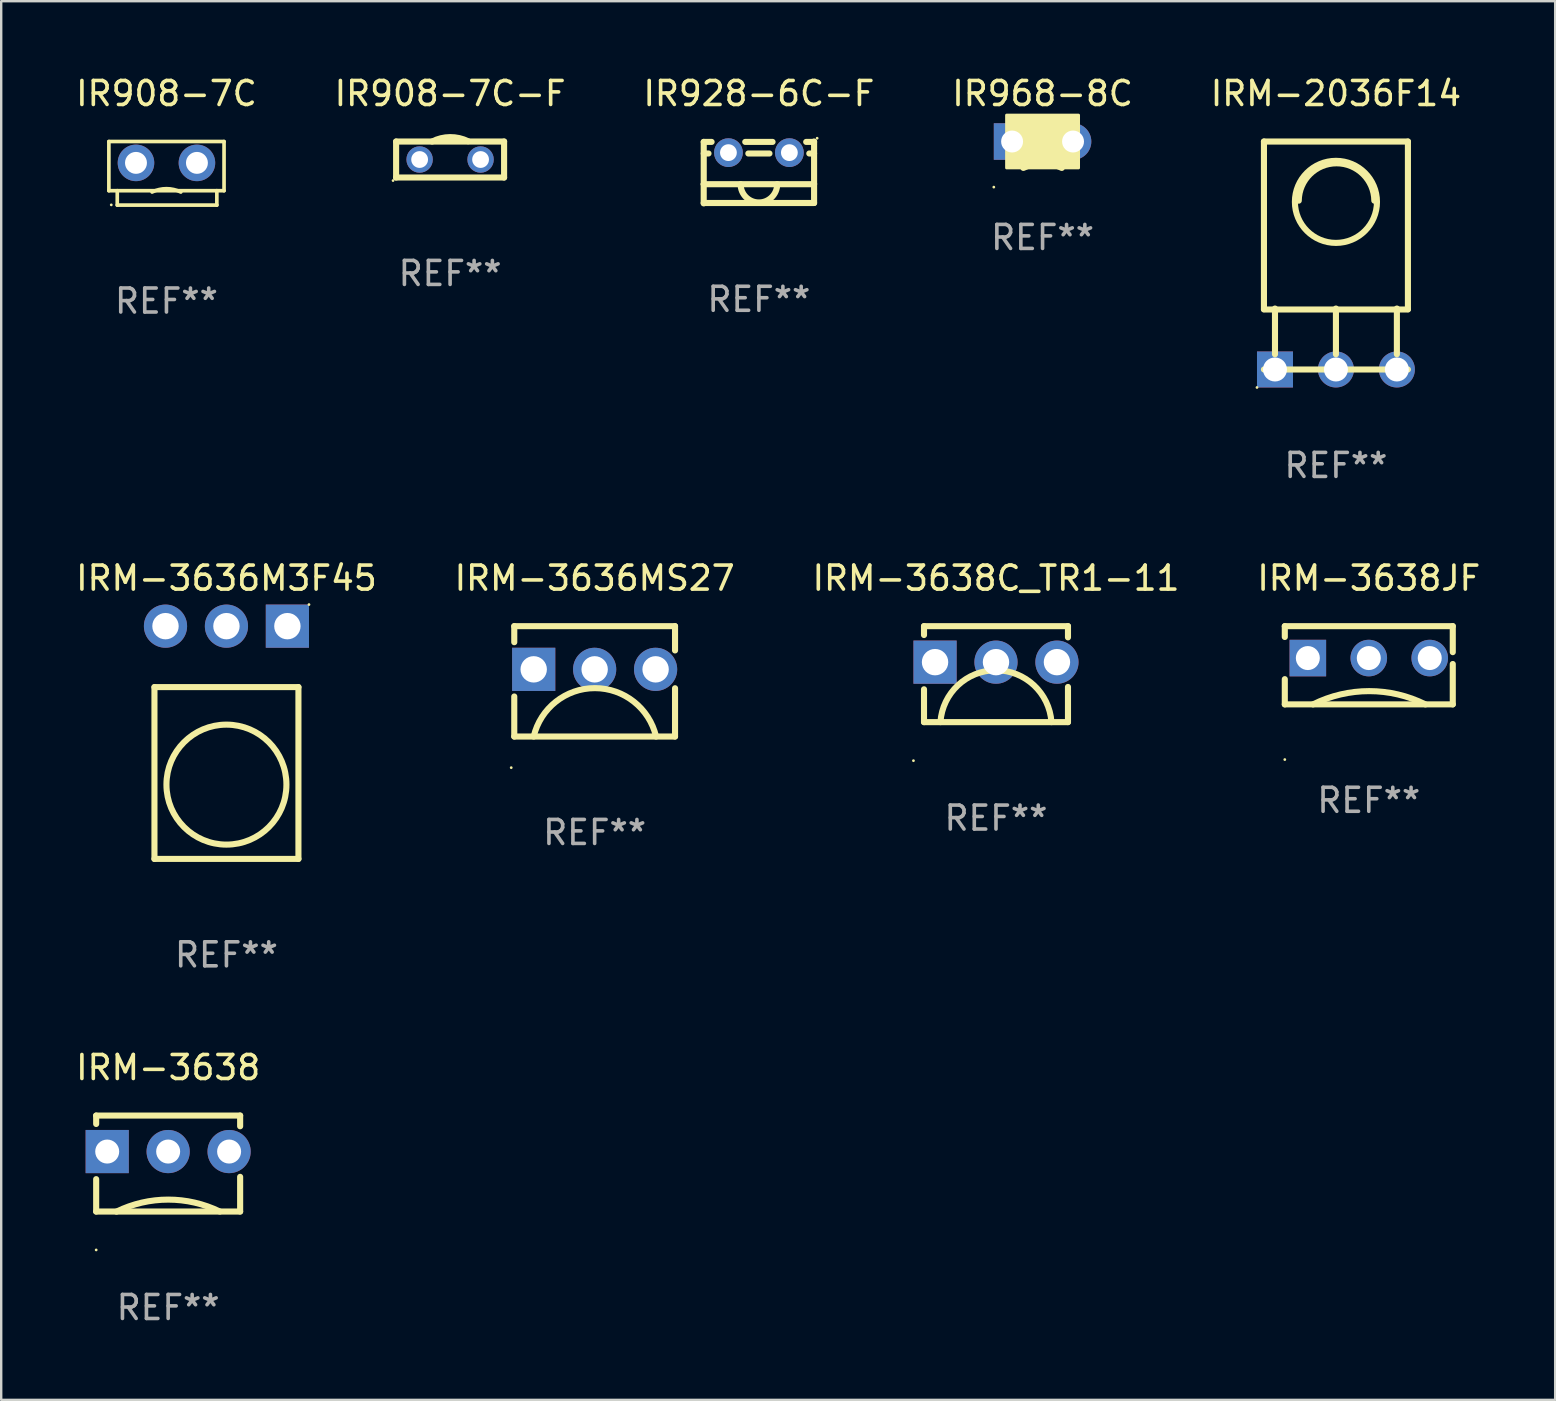
<source format=kicad_pcb>
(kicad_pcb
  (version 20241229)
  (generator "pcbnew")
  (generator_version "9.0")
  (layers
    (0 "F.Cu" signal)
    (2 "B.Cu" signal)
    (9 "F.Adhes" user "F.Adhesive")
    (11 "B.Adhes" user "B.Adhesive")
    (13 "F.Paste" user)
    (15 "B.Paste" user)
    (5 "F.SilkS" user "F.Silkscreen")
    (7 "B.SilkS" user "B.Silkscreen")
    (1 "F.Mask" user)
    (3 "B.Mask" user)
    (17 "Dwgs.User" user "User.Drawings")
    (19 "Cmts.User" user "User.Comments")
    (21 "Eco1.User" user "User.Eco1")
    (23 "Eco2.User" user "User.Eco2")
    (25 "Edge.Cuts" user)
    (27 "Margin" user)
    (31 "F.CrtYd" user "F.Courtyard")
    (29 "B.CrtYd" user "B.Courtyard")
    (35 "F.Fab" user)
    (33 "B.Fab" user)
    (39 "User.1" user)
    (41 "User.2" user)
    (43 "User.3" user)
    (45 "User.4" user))
  (footprint "IRM-3636MS27"
    (layer "F.Cu")
    (at 21.732 25.345)
    (property "Reference" "IRM-3636MS27" (at 0 -4.3 0) (layer "F.SilkS") (effects (font (size 1 1) (thickness 0.15))))
    (attr through_hole)
    (fp_line (start -3.35 -1.631) (end -3.35 -2.3) (stroke (width 0.254) (type solid)) (layer "F.SilkS"))
    (fp_line (start -3.35 2.3) (end -3.35 0.631) (stroke (width 0.254) (type solid)) (layer "F.SilkS"))
    (fp_line (start 3.35 -2.3) (end -3.35 -2.3) (stroke (width 0.254) (type solid)) (layer "F.SilkS"))
    (fp_line (start 3.35 -2.3) (end 3.35 -1.288) (stroke (width 0.254) (type solid)) (layer "F.SilkS"))
    (fp_line (start 3.35 0.288) (end 3.35 2.3) (stroke (width 0.254) (type solid)) (layer "F.SilkS"))
    (fp_line (start 3.35 2.3) (end -3.35 2.3) (stroke (width 0.254) (type solid)) (layer "F.SilkS"))
    (fp_arc (start -2.540005 2.299086) (mid 0.010061 0.282766) (end 2.559385 2.300025) (stroke (width 0.254001) (type solid)) (layer "F.SilkS"))
    (fp_circle (center -3.477 3.597) (end -3.447 3.597) (stroke (width 0.06) (type solid)) (fill no) (layer "F.SilkS"))
    (fp_text user "REF**" (at 0 6.3 0) (layer "F.Fab") (effects (font (size 1 1) (thickness 0.15))))
    (pad "1" thru_hole rect (at -2.54 -0.5 180) (size 1.8 1.8) (drill 1.1) (layers "*.Cu" "*.Mask"))
    (pad "2" thru_hole circle (at 0 -0.5) (size 1.8 1.8) (drill 1.1) (layers "*.Cu" "*.Mask"))
    (pad "3" thru_hole circle (at 2.54 -0.5) (size 1.8 1.8) (drill 1.1) (layers "*.Cu" "*.Mask")))
  (footprint "IRM-3636M3F45"
    (layer "F.Cu")
    (at 6.387 27.895)
    (property "Reference" "IRM-3636M3F45" (at 0 -6.85 0) (layer "F.SilkS") (effects (font (size 1 1) (thickness 0.15))))
    (attr through_hole)
    (fp_line (start -3 -2.31) (end 3 -2.31) (stroke (width 0.254) (type solid)) (layer "F.SilkS"))
    (fp_line (start -3 4.85) (end -3 -2.31) (stroke (width 0.254) (type solid)) (layer "F.SilkS"))
    (fp_line (start 3 -2.31) (end 3 4.85) (stroke (width 0.254) (type solid)) (layer "F.SilkS"))
    (fp_line (start 3 4.85) (end -3 4.85) (stroke (width 0.254) (type solid)) (layer "F.SilkS"))
    (fp_circle (center 0 1.754) (end 2.5 1.754) (stroke (width 0.254) (type solid)) (fill no) (layer "F.SilkS"))
    (fp_circle (center 3.44 -5.75) (end 3.47 -5.75) (stroke (width 0.06) (type solid)) (fill no) (layer "F.SilkS"))
    (fp_text user "REF**" (at 0 8.85 0) (layer "F.Fab") (effects (font (size 1 1) (thickness 0.15))))
    (pad "1" thru_hole rect (at 2.54 -4.85) (size 1.8 1.8) (drill 1.1) (layers "*.Cu" "*.Mask"))
    (pad "2" thru_hole circle (at 0 -4.85) (size 1.8 1.8) (drill 1.1) (layers "*.Cu" "*.Mask"))
    (pad "3" thru_hole circle (at -2.54 -4.85) (size 1.8 1.8) (drill 1.1) (layers "*.Cu" "*.Mask")))
  (footprint "IR928-6C-F"
    (layer "F.Cu")
    (at 28.577 4.137)
    (property "Reference" "IR928-6C-F" (at 0 -3.289 0) (layer "F.SilkS") (effects (font (size 1 1) (thickness 0.15))))
    (attr through_hole)
    (fp_line (start -2.3 0.489) (end -2.3 1.289) (stroke (width 0.254) (type solid)) (layer "F.SilkS"))
    (fp_line (start -2.299 -1.273) (end -1.971 -1.273) (stroke (width 0.254) (type solid)) (layer "F.SilkS"))
    (fp_line (start -2.299 0.489) (end -2.299 -1.273) (stroke (width 0.254) (type solid)) (layer "F.SilkS"))
    (fp_line (start -2.1 -0.79) (end -2.299 -0.79) (stroke (width 0.254) (type solid)) (layer "F.SilkS"))
    (fp_line (start -0.569 -1.273) (end 0.569 -1.273) (stroke (width 0.254) (type solid)) (layer "F.SilkS"))
    (fp_line (start 0.44 -0.79) (end -0.44 -0.79) (stroke (width 0.254) (type solid)) (layer "F.SilkS"))
    (fp_line (start 1.971 -1.273) (end 2.3 -1.273) (stroke (width 0.254) (type solid)) (layer "F.SilkS"))
    (fp_line (start 2.3 -1.289) (end 2.3 0.473) (stroke (width 0.254) (type solid)) (layer "F.SilkS"))
    (fp_line (start 2.3 -0.79) (end 2.1 -0.79) (stroke (width 0.254) (type solid)) (layer "F.SilkS"))
    (fp_line (start 2.3 0.473) (end 2.3 1.273) (stroke (width 0.254) (type solid)) (layer "F.SilkS"))
    (fp_line (start 2.3 0.489) (end -2.3 0.489) (stroke (width 0.254) (type solid)) (layer "F.SilkS"))
    (fp_line (start 2.3 1.273) (end -2.3 1.273) (stroke (width 0.254) (type solid)) (layer "F.SilkS"))
    (fp_arc (start 0.762002 0.489332) (mid 0 1.251334) (end -0.762002 0.489332) (stroke (width 0.254001) (type solid)) (layer "F.SilkS"))
    (fp_circle (center 2.427 -1.426) (end 2.457 -1.426) (stroke (width 0.06) (type solid)) (fill no) (layer "F.SilkS"))
    (fp_text user "REF**" (at 0 5.289 0) (layer "F.Fab") (effects (font (size 1 1) (thickness 0.15))))
    (pad "1" thru_hole circle (at 1.27 -0.826) (size 1.2 1.2) (drill 0.7) (layers "*.Cu" "*.Mask"))
    (pad "2" thru_hole circle (at -1.27 -0.826) (size 1.2 1.2) (drill 0.7) (layers "*.Cu" "*.Mask")))
  (footprint "IRM-3638C_TR1-11"
    (layer "F.Cu")
    (at 38.458 25.045)
    (property "Reference" "IRM-3638C_TR1-11" (at 0 -4 0) (layer "F.SilkS") (effects (font (size 1 1) (thickness 0.15))))
    (attr through_hole)
    (fp_line (start -3 -2) (end -3 -1.631) (stroke (width 0.254) (type solid)) (layer "F.SilkS"))
    (fp_line (start -3 0.631) (end -3 2) (stroke (width 0.254) (type solid)) (layer "F.SilkS"))
    (fp_line (start 3 -2) (end -3 -2) (stroke (width 0.254) (type solid)) (layer "F.SilkS"))
    (fp_line (start 3 -2) (end 3 -1.533) (stroke (width 0.254) (type solid)) (layer "F.SilkS"))
    (fp_line (start 3 0.533) (end 3 2) (stroke (width 0.254) (type solid)) (layer "F.SilkS"))
    (fp_line (start 3 2) (end -3 2) (stroke (width 0.254) (type solid)) (layer "F.SilkS"))
    (fp_arc (start -2.315393 1.999999) (mid -0.002172 -0.162599) (end 2.311049 2) (stroke (width 0.254001) (type solid)) (layer "F.SilkS"))
    (fp_circle (center -3.44 3.606) (end -3.41 3.606) (stroke (width 0.06) (type solid)) (fill no) (layer "F.SilkS"))
    (fp_text user "REF**" (at 0 6 0) (layer "F.Fab") (effects (font (size 1 1) (thickness 0.15))))
    (pad "1" thru_hole rect (at -2.54 -0.5 180) (size 1.8 1.8) (drill 1.1) (layers "*.Cu" "*.Mask"))
    (pad "2" thru_hole circle (at 0 -0.5) (size 1.8 1.8) (drill 1.1) (layers "*.Cu" "*.Mask"))
    (pad "3" thru_hole circle (at 2.54 -0.5) (size 1.8 1.8) (drill 1.1) (layers "*.Cu" "*.Mask")))
  (footprint "IR908-7C-F"
    (layer "F.Cu")
    (at 15.708 3.598)
    (property "Reference" "IR908-7C-F" (at 0 -2.75 0) (layer "F.SilkS") (effects (font (size 1 1) (thickness 0.15))))
    (attr through_hole)
    (fp_line (start -2.25 -0.75) (end 2.25 -0.75) (stroke (width 0.254) (type solid)) (layer "F.SilkS"))
    (fp_line (start -2.25 0.75) (end -2.25 -0.75) (stroke (width 0.254) (type solid)) (layer "F.SilkS"))
    (fp_line (start 2.25 -0.75) (end 2.25 0.75) (stroke (width 0.254) (type solid)) (layer "F.SilkS"))
    (fp_line (start 2.25 0.75) (end -2.25 0.75) (stroke (width 0.254) (type solid)) (layer "F.SilkS"))
    (fp_arc (start -0.75 -0.75) (mid -0.001423 -0.93379) (end 0.75 -0.762002) (stroke (width 0.254001) (type solid)) (layer "F.SilkS"))
    (fp_circle (center -2.377 0.877) (end -2.347 0.877) (stroke (width 0.06) (type solid)) (fill no) (layer "F.SilkS"))
    (fp_text user "REF**" (at 0 4.75 0) (layer "F.Fab") (effects (font (size 1 1) (thickness 0.15))))
    (pad "1" thru_hole circle (at -1.27 0.000051) (size 1.1 1.1) (drill 0.7) (layers "*.Cu" "*.Mask"))
    (pad "2" thru_hole circle (at 1.27 0.000051) (size 1.1 1.1) (drill 0.7) (layers "*.Cu" "*.Mask")))
  (footprint "IR908-7C"
    (layer "F.Cu")
    (at 3.887 4.173)
    (property "Reference" "IR908-7C" (at 0 -3.325 0) (layer "F.SilkS") (effects (font (size 1 1) (thickness 0.15))))
    (attr through_hole)
    (fp_line (start -2.4 -1.325) (end -2.4 0.725) (stroke (width 0.152) (type solid)) (layer "F.SilkS"))
    (fp_line (start -2.4 0.725) (end -2.05 0.725) (stroke (width 0.152) (type solid)) (layer "F.SilkS"))
    (fp_line (start -2.05 0.725) (end -2.05 1.325) (stroke (width 0.152) (type solid)) (layer "F.SilkS"))
    (fp_line (start -2.05 0.725) (end 2.1 0.725) (stroke (width 0.152) (type solid)) (layer "F.SilkS"))
    (fp_line (start -2.05 1.325) (end 2.1 1.325) (stroke (width 0.152) (type solid)) (layer "F.SilkS"))
    (fp_line (start 2.1 0.725) (end 2.4 0.725) (stroke (width 0.152) (type solid)) (layer "F.SilkS"))
    (fp_line (start 2.1 1.325) (end 2.1 0.725) (stroke (width 0.152) (type solid)) (layer "F.SilkS"))
    (fp_line (start 2.4 -1.325) (end -2.4 -1.325) (stroke (width 0.152) (type solid)) (layer "F.SilkS"))
    (fp_line (start 2.4 0.725) (end 2.4 -1.325) (stroke (width 0.152) (type solid)) (layer "F.SilkS"))
    (fp_arc (start -0.599035 0.78062) (mid 0 0.640177) (end 0.599035 0.78062) (stroke (width 0.151994) (type solid)) (layer "F.SilkS"))
    (fp_circle (center -2.3 1.315) (end -2.27 1.315) (stroke (width 0.06) (type solid)) (fill no) (layer "F.SilkS"))
    (fp_text user "REF**" (at 0 5.325 0) (layer "F.Fab") (effects (font (size 1 1) (thickness 0.15))))
    (pad "1" thru_hole circle (at -1.27 -0.435) (size 1.524 1.524) (drill 0.914) (layers "*.Cu" "*.Mask"))
    (pad "2" thru_hole circle (at 1.27 -0.435) (size 1.524 1.524) (drill 0.914) (layers "*.Cu" "*.Mask")))
  (footprint "IRM-3638JF"
    (layer "F.Cu")
    (at 53.994 24.675)
    (property "Reference" "IRM-3638JF" (at 0 -3.63 0) (layer "F.SilkS") (effects (font (size 1 1) (thickness 0.15))))
    (attr through_hole)
    (fp_line (start -3.5 -1.63) (end -3.5 -1.179) (stroke (width 0.254) (type solid)) (layer "F.SilkS"))
    (fp_line (start -3.5 0.579) (end -3.5 1.63) (stroke (width 0.254) (type solid)) (layer "F.SilkS"))
    (fp_line (start 3.5 -1.63) (end -3.5 -1.63) (stroke (width 0.254) (type solid)) (layer "F.SilkS"))
    (fp_line (start 3.5 -1.63) (end 3.5 -0.547) (stroke (width 0.254) (type solid)) (layer "F.SilkS"))
    (fp_line (start 3.5 -0.053) (end 3.5 1.63) (stroke (width 0.254) (type solid)) (layer "F.SilkS"))
    (fp_line (start 3.5 1.63) (end -3.5 1.63) (stroke (width 0.254) (type solid)) (layer "F.SilkS"))
    (fp_arc (start -2.322022 1.629997) (mid 0.018415 1.077495) (end 2.358852 1.629997) (stroke (width 0.254001) (type solid)) (layer "F.SilkS"))
    (fp_circle (center -3.5 3.93) (end -3.47 3.93) (stroke (width 0.06) (type solid)) (fill no) (layer "F.SilkS"))
    (fp_text user "REF**" (at 0 5.63 0) (layer "F.Fab") (effects (font (size 1 1) (thickness 0.15))))
    (pad "1" thru_hole rect (at -2.54 -0.3) (size 1.524 1.524) (drill 1) (layers "*.Cu" "*.Mask"))
    (pad "2" thru_hole circle (at 0 -0.3) (size 1.524 1.524) (drill 1) (layers "*.Cu" "*.Mask"))
    (pad "3" thru_hole circle (at 2.54 -0.3) (size 1.524 1.524) (drill 1) (layers "*.Cu" "*.Mask")))
  (footprint "IRM-3638"
    (layer "F.Cu")
    (at 3.958 45.441)
    (property "Reference" "IRM-3638" (at 0 -4 0) (layer "F.SilkS") (effects (font (size 1 1) (thickness 0.15))))
    (attr through_hole)
    (fp_line (start -3 -2) (end 3 -2) (stroke (width 0.254) (type solid)) (layer "F.SilkS"))
    (fp_line (start -3 -1.65) (end -3 -2) (stroke (width 0.254) (type solid)) (layer "F.SilkS"))
    (fp_line (start -3 2) (end -3 0.65) (stroke (width 0.254) (type solid)) (layer "F.SilkS"))
    (fp_line (start -3 2) (end 3 2) (stroke (width 0.254) (type solid)) (layer "F.SilkS"))
    (fp_line (start 3 -1.554) (end 3 -2) (stroke (width 0.254) (type solid)) (layer "F.SilkS"))
    (fp_line (start 3 2) (end 3 0.554) (stroke (width 0.254) (type solid)) (layer "F.SilkS"))
    (fp_arc (start -2.153061 2.003327) (mid 0.000122 1.502752) (end 2.154077 1.999999) (stroke (width 0.254001) (type solid)) (layer "F.SilkS"))
    (fp_circle (center -3 3.6) (end -2.97 3.6) (stroke (width 0.06) (type solid)) (fill no) (layer "F.SilkS"))
    (fp_text user "REF**" (at 0 6 0) (layer "F.Fab") (effects (font (size 1 1) (thickness 0.15))))
    (pad "1" thru_hole rect (at -2.54 -0.5) (size 1.8 1.8) (drill 1) (layers "*.Cu" "*.Mask"))
    (pad "2" thru_hole circle (at -0.000178 -0.5) (size 1.8 1.8) (drill 1) (layers "*.Cu" "*.Mask"))
    (pad "3" thru_hole circle (at 2.54 -0.5) (size 1.8 1.8) (drill 1) (layers "*.Cu" "*.Mask")))
  (footprint "IRM-2036F14"
    (layer "F.Cu")
    (at 52.625 7.598)
    (property "Reference" "IRM-2036F14" (at 0 -6.75 0) (layer "F.SilkS") (effects (font (size 1 1) (thickness 0.15))))
    (attr through_hole)
    (fp_line (start -3 2.235) (end -3 -4.75) (stroke (width 0.254) (type solid)) (layer "F.SilkS"))
    (fp_line (start -3 4.75) (end 3 4.75) (stroke (width 0.254) (type solid)) (layer "F.SilkS"))
    (fp_line (start -2.54 4.115) (end -2.54 2.21) (stroke (width 0.254) (type solid)) (layer "F.SilkS"))
    (fp_line (start 0 4.115) (end 0 2.21) (stroke (width 0.254) (type solid)) (layer "F.SilkS"))
    (fp_line (start 2.54 4.115) (end 2.54 2.21) (stroke (width 0.254) (type solid)) (layer "F.SilkS"))
    (fp_line (start 3 -4.75) (end -3 -4.75) (stroke (width 0.254) (type solid)) (layer "F.SilkS"))
    (fp_line (start 3 2.235) (end 3 -4.75) (stroke (width 0.254) (type solid)) (layer "F.SilkS"))
    (fp_line (start 3 2.25) (end -3 2.25) (stroke (width 0.254) (type solid)) (layer "F.SilkS"))
    (fp_arc (start -1.549403 -2.285751) (mid 0.0254 -3.846344) (end 1.600203 -2.285751) (stroke (width 0.254001) (type solid)) (layer "F.SilkS"))
    (fp_circle (center -3.29 5.5) (end -3.26 5.5) (stroke (width 0.06) (type solid)) (fill no) (layer "F.SilkS"))
    (fp_circle (center 0 -2.235) (end 1.71 -2.235) (stroke (width 0.254) (type solid)) (fill no) (layer "F.SilkS"))
    (fp_text user "REF**" (at 0 8.75 0) (layer "F.Fab") (effects (font (size 1 1) (thickness 0.15))))
    (pad "1" thru_hole rect (at -2.54 4.75) (size 1.5 1.5) (drill 1) (layers "*.Cu" "*.Mask"))
    (pad "2" thru_hole circle (at 0 4.75) (size 1.5 1.5) (drill 1) (layers "*.Cu" "*.Mask"))
    (pad "3" thru_hole circle (at 2.54 4.75) (size 1.5 1.5) (drill 1) (layers "*.Cu" "*.Mask")))
  (footprint "IR968-8C"
    (layer "F.Cu")
    (at 40.399 2.848)
    (property "Reference" "IR968-8C" (at 0 -2 0) (layer "F.SilkS") (effects (font (size 1 1) (thickness 0.15))))
    (attr through_hole)
    (fp_arc (start -0.8 1.1) (mid 0.000013 0.911141) (end 0.800026 1.1) (stroke (width 0.254001) (type solid)) (layer "F.SilkS"))
    (fp_circle (center -2.032 1.9) (end -2.002 1.9) (stroke (width 0.06) (type solid)) (fill no) (layer "F.SilkS"))
    (fp_poly (pts (xy -1.5 -1.1) (xy 1.5 -1.1) (xy 1.5 1.1) (xy -1.5 1.1)) (stroke (width 0.12) (type solid)) (fill yes) (layer "F.SilkS"))
    (fp_text user "REF**" (at 0 4 0) (layer "F.Fab") (effects (font (size 1 1) (thickness 0.15))))
    (pad "1" thru_hole rect (at -1.27 0) (size 1.524 1.524) (drill 0.914) (layers "*.Cu" "*.Mask"))
    (pad "2" thru_hole circle (at 1.27 0) (size 1.524 1.524) (drill 0.914) (layers "*.Cu" "*.Mask")))
  (gr_rect
    (start -3 -3)
    (end 61.762 55.29)
    (stroke (width 0.1) (type default))
    (fill no)
    (layer "Edge.Cuts")))
</source>
